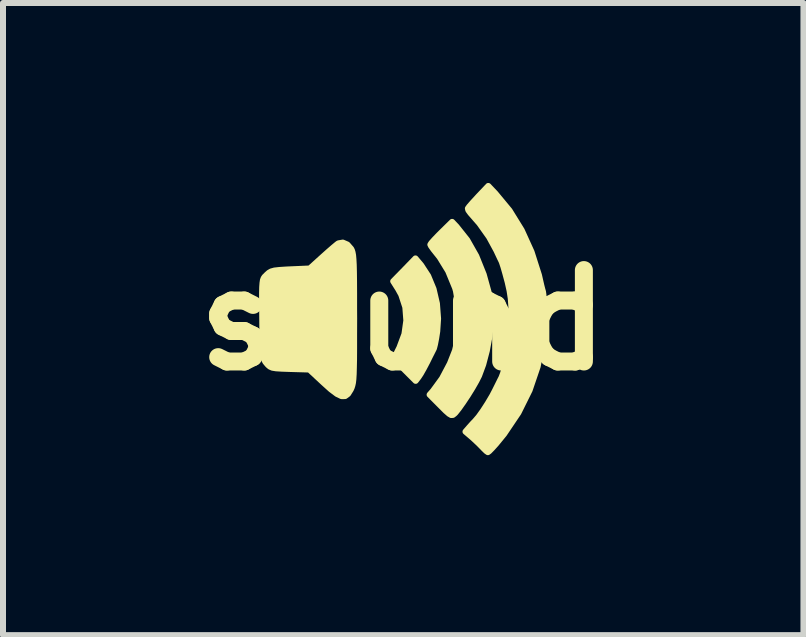
<source format=kicad_pcb>
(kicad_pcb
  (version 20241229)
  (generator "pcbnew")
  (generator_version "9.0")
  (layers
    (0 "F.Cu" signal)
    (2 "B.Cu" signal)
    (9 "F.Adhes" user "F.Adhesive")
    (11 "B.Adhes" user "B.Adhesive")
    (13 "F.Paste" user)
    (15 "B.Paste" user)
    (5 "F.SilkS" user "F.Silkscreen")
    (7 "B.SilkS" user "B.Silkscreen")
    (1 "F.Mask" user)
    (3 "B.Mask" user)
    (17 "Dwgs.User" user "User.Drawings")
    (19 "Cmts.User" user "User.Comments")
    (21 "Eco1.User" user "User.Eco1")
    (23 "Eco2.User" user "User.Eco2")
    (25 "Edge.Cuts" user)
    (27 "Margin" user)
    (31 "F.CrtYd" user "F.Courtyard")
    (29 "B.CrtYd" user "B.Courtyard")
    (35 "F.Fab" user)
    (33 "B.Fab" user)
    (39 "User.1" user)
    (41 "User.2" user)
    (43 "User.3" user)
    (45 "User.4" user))
  (footprint "sound"
    (layer "F.Cu")
    (at 3.672 2.287)
    (property "Reference" "sound" (at 0 0 0) (layer "F.SilkS") (effects (font (size 1.524 1.524) (thickness 0.3))))
    (attr through_hole)
    (fp_poly (pts (xy 0.581 -0.025) (xy 0.567 0.187) (xy 0.549 0.303) (xy 0.53 0.401) (xy 0.514 0.464) (xy 0.51 0.475) (xy 0.486 0.523) (xy 0.445 0.604) (xy 0.397 0.702) (xy 0.395 0.705) (xy 0.342 0.806) (xy 0.292 0.894) (xy 0.255 0.95) (xy 0.207 1.012) (xy 0.024 0.829) (xy -0.158 0.647) (xy -0.064 0.458) (xy 0.02 0.233) (xy 0.052 0.006) (xy 0.035 -0.216) (xy -0.033 -0.424) (xy -0.086 -0.52) (xy -0.167 -0.648) (xy 0.019 -0.838) (xy 0.204 -1.029) (xy 0.297 -0.919) (xy 0.416 -0.737) (xy 0.506 -0.519) (xy 0.562 -0.277) (xy 0.581 -0.025)) (stroke (width 0.1) (type solid)) (fill yes) (layer "F.SilkS"))
    (fp_poly (pts (xy 1.466 -0.195) (xy 1.463 0.026) (xy 1.439 0.266) (xy 1.394 0.509) (xy 1.333 0.741) (xy 1.265 0.925) (xy 1.22 1.014) (xy 1.156 1.126) (xy 1.08 1.249) (xy 1.001 1.368) (xy 0.929 1.47) (xy 0.872 1.542) (xy 0.855 1.559) (xy 0.828 1.58) (xy 0.8 1.582) (xy 0.764 1.561) (xy 0.707 1.511) (xy 0.622 1.426) (xy 0.621 1.425) (xy 0.44 1.243) (xy 0.496 1.179) (xy 0.647 0.972) (xy 0.778 0.724) (xy 0.863 0.508) (xy 0.893 0.381) (xy 0.911 0.215) (xy 0.919 0.028) (xy 0.917 -0.162) (xy 0.904 -0.339) (xy 0.879 -0.486) (xy 0.865 -0.536) (xy 0.749 -0.818) (xy 0.606 -1.051) (xy 0.562 -1.106) (xy 0.504 -1.179) (xy 0.464 -1.235) (xy 0.452 -1.259) (xy 0.47 -1.287) (xy 0.521 -1.344) (xy 0.594 -1.42) (xy 0.633 -1.459) (xy 0.815 -1.638) (xy 0.889 -1.56) (xy 1.066 -1.337) (xy 1.218 -1.069) (xy 1.342 -0.761) (xy 1.436 -0.421) (xy 1.445 -0.381) (xy 1.466 -0.195)) (stroke (width 0.1) (type solid)) (fill yes) (layer "F.SilkS"))
    (fp_poly (pts (xy -0.818 -0.03) (xy -0.819 0.246) (xy -0.819 0.471) (xy -0.82 0.652) (xy -0.823 0.793) (xy -0.826 0.902) (xy -0.831 0.983) (xy -0.838 1.043) (xy -0.848 1.088) (xy -0.859 1.123) (xy -0.873 1.154) (xy -0.875 1.158) (xy -0.92 1.23) (xy -0.969 1.266) (xy -1.028 1.267) (xy -1.105 1.23) (xy -1.206 1.154) (xy -1.326 1.046) (xy -1.566 0.823) (xy -1.886 0.814) (xy -2.025 0.809) (xy -2.12 0.803) (xy -2.181 0.793) (xy -2.222 0.775) (xy -2.254 0.748) (xy -2.274 0.725) (xy -2.298 0.696) (xy -2.315 0.665) (xy -2.328 0.624) (xy -2.336 0.564) (xy -2.342 0.478) (xy -2.345 0.355) (xy -2.348 0.189) (xy -2.349 0.09) (xy -2.351 -0.137) (xy -2.353 -0.315) (xy -2.353 -0.449) (xy -2.351 -0.548) (xy -2.346 -0.618) (xy -2.339 -0.666) (xy -2.327 -0.698) (xy -2.311 -0.722) (xy -2.289 -0.743) (xy -2.276 -0.757) (xy -2.239 -0.79) (xy -2.2 -0.812) (xy -2.146 -0.827) (xy -2.066 -0.836) (xy -1.946 -0.844) (xy -1.879 -0.847) (xy -1.558 -0.861) (xy -1.34 -1.058) (xy -1.245 -1.143) (xy -1.162 -1.215) (xy -1.103 -1.264) (xy -1.081 -1.28) (xy -1.007 -1.293) (xy -0.93 -1.26) (xy -0.868 -1.189) (xy -0.855 -1.163) (xy -0.845 -1.13) (xy -0.836 -1.082) (xy -0.83 -1.015) (xy -0.825 -0.923) (xy -0.822 -0.8) (xy -0.82 -0.641) (xy -0.819 -0.44) (xy -0.819 -0.192) (xy -0.818 -0.03)) (stroke (width 0.1) (type solid)) (fill yes) (layer "F.SilkS"))
    (fp_poly (pts (xy 2.348 -0.072) (xy 2.321 0.36) (xy 2.241 0.774) (xy 2.107 1.168) (xy 1.921 1.543) (xy 1.682 1.898) (xy 1.548 2.062) (xy 1.484 2.133) (xy 1.434 2.184) (xy 1.411 2.201) (xy 1.384 2.182) (xy 1.337 2.136) (xy 1.326 2.124) (xy 1.26 2.057) (xy 1.178 1.98) (xy 1.147 1.952) (xy 1.038 1.859) (xy 1.104 1.783) (xy 1.157 1.724) (xy 1.197 1.682) (xy 1.2 1.679) (xy 1.258 1.611) (xy 1.331 1.509) (xy 1.409 1.388) (xy 1.482 1.265) (xy 1.524 1.185) (xy 1.573 1.087) (xy 1.614 1.004) (xy 1.64 0.953) (xy 1.64 0.952) (xy 1.662 0.894) (xy 1.692 0.795) (xy 1.724 0.672) (xy 1.755 0.539) (xy 1.779 0.423) (xy 1.789 0.344) (xy 1.797 0.225) (xy 1.802 0.083) (xy 1.805 -0.044) (xy 1.803 -0.219) (xy 1.793 -0.36) (xy 1.773 -0.491) (xy 1.741 -0.634) (xy 1.734 -0.66) (xy 1.701 -0.782) (xy 1.671 -0.887) (xy 1.647 -0.96) (xy 1.638 -0.983) (xy 1.612 -1.036) (xy 1.574 -1.117) (xy 1.554 -1.16) (xy 1.431 -1.386) (xy 1.27 -1.613) (xy 1.12 -1.785) (xy 1.085 -1.833) (xy 1.078 -1.862) (xy 1.1 -1.893) (xy 1.152 -1.953) (xy 1.224 -2.031) (xy 1.252 -2.062) (xy 1.418 -2.237) (xy 1.536 -2.113) (xy 1.773 -1.827) (xy 1.975 -1.5) (xy 2.139 -1.139) (xy 2.263 -0.75) (xy 2.301 -0.583) (xy 2.319 -0.512) (xy 2.33 -0.474) (xy 2.337 -0.424) (xy 2.343 -0.331) (xy 2.347 -0.209) (xy 2.348 -0.072)) (stroke (width 0.1) (type solid)) (fill yes) (layer "F.SilkS")))
  (gr_rect
    (start -3 -3)
    (end 10.344 7.538)
    (stroke (width 0.1) (type default))
    (fill no)
    (layer "Edge.Cuts")))
</source>
